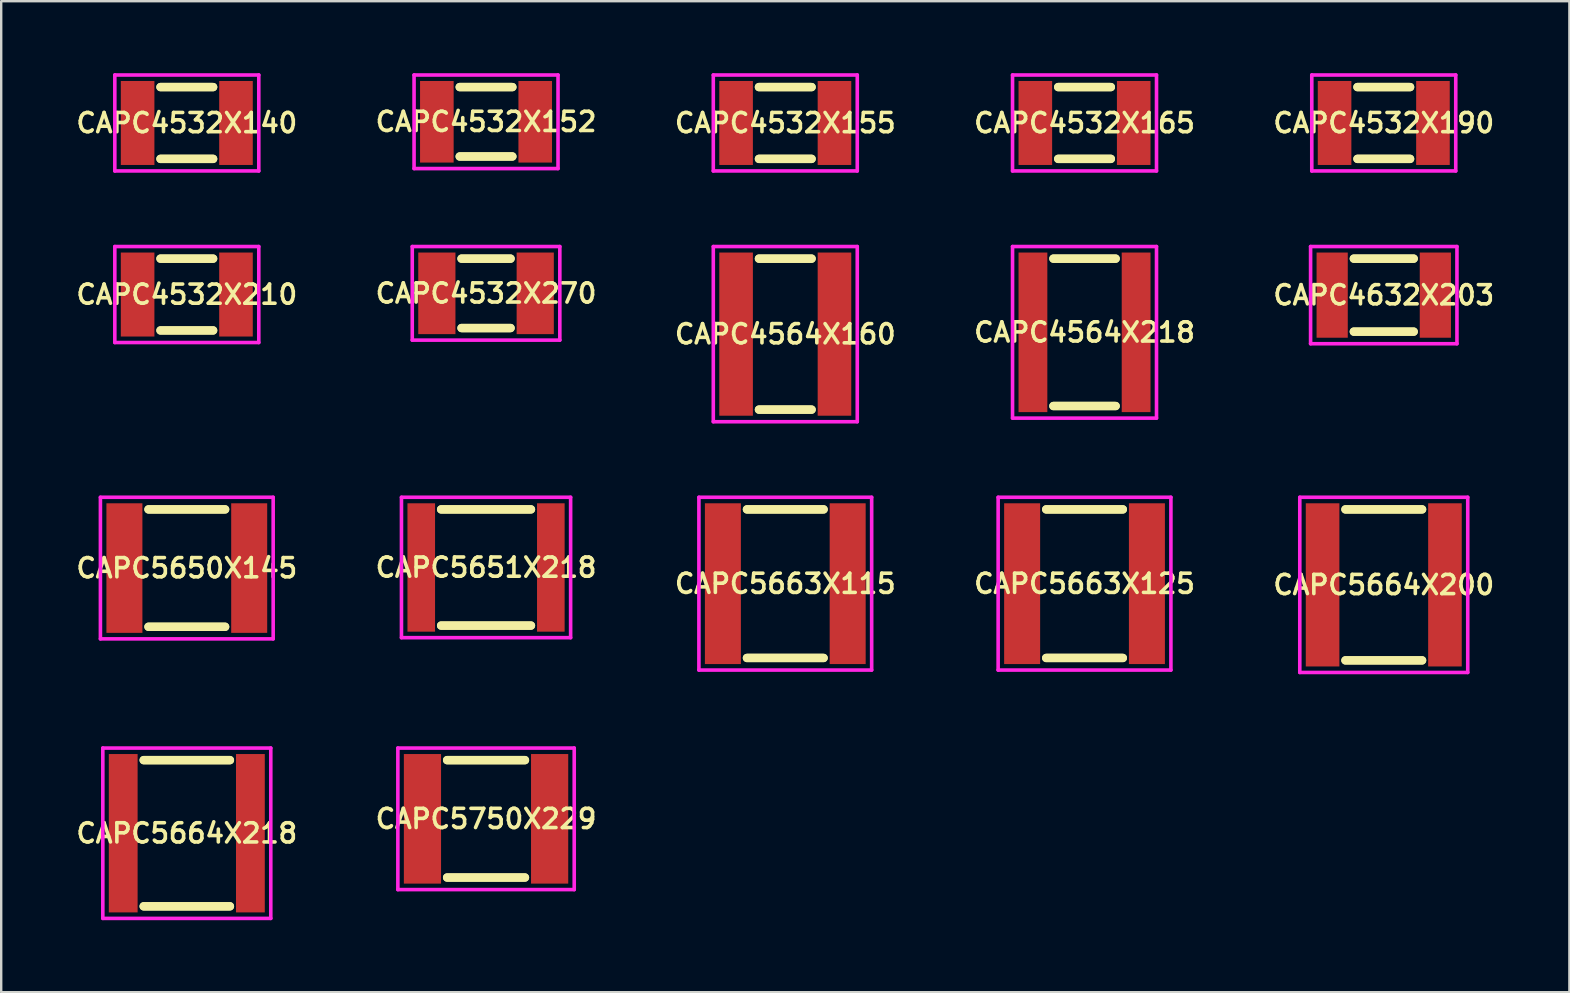
<source format=kicad_pcb>
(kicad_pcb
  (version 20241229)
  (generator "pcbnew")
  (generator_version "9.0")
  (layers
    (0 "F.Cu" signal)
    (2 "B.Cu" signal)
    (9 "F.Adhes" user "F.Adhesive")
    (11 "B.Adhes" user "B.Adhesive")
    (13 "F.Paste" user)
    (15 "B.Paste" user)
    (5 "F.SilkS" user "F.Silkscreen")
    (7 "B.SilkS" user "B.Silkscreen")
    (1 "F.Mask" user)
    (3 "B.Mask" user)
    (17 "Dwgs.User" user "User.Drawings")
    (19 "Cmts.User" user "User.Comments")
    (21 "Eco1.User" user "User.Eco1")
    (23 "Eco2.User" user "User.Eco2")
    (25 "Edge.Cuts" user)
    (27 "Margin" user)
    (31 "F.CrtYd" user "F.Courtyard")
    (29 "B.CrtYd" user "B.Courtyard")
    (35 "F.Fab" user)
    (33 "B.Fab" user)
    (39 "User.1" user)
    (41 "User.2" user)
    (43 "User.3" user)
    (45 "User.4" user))
  (footprint "CAPC4532X152"
    (layer "F.Cu")
    (at 17.206 2.025)
    (property "Reference" "CAPC4532X152" (at 0 0 0) (layer "F.SilkS") (effects (font (size 0.8 0.8) (thickness 0.15))))
    (attr smd)
    (fp_line (start -1.096 -1.446) (end 1.096 -1.446) (stroke (width 0.35) (type solid)) (layer "F.SilkS"))
    (fp_line (start -1.096 1.446) (end 1.096 1.446) (stroke (width 0.35) (type solid)) (layer "F.SilkS"))
    (fp_line (start 1.096 -1.446) (end -1.096 -1.446) (stroke (width 0.35) (type solid)) (layer "F.SilkS"))
    (fp_line (start 1.096 1.446) (end -1.096 1.446) (stroke (width 0.35) (type solid)) (layer "F.SilkS"))
    (fp_line (start -3 -1.95) (end 3 -1.95) (stroke (width 0.15) (type solid)) (layer "F.CrtYd"))
    (fp_line (start -3 1.95) (end -3 -1.95) (stroke (width 0.15) (type solid)) (layer "F.CrtYd"))
    (fp_line (start 3 -1.95) (end 3 1.95) (stroke (width 0.15) (type solid)) (layer "F.CrtYd"))
    (fp_line (start 3 1.95) (end -3 1.95) (stroke (width 0.15) (type solid)) (layer "F.CrtYd"))
    (pad "1" smd rect (at -2.05 0) (size 1.4 3.4) (layers "F.Cu" "F.Mask" "F.Paste"))
    (pad "2" smd rect (at 2.05 0) (size 1.4 3.4) (layers "F.Cu" "F.Mask" "F.Paste")))
  (footprint "CAPC5750X229"
    (layer "F.Cu")
    (at 17.206 31.075)
    (property "Reference" "CAPC5750X229" (at 0 0 0) (layer "F.SilkS") (effects (font (size 0.8 0.8) (thickness 0.15))))
    (attr smd)
    (fp_line (start -1.621 -2.446) (end 1.621 -2.446) (stroke (width 0.35) (type solid)) (layer "F.SilkS"))
    (fp_line (start -1.621 2.446) (end 1.621 2.446) (stroke (width 0.35) (type solid)) (layer "F.SilkS"))
    (fp_line (start 1.621 -2.446) (end -1.621 -2.446) (stroke (width 0.35) (type solid)) (layer "F.SilkS"))
    (fp_line (start 1.621 2.446) (end -1.621 2.446) (stroke (width 0.35) (type solid)) (layer "F.SilkS"))
    (fp_line (start -3.675 -2.95) (end 3.675 -2.95) (stroke (width 0.15) (type solid)) (layer "F.CrtYd"))
    (fp_line (start -3.675 2.95) (end -3.675 -2.95) (stroke (width 0.15) (type solid)) (layer "F.CrtYd"))
    (fp_line (start 3.675 -2.95) (end 3.675 2.95) (stroke (width 0.15) (type solid)) (layer "F.CrtYd"))
    (fp_line (start 3.675 2.95) (end -3.675 2.95) (stroke (width 0.15) (type solid)) (layer "F.CrtYd"))
    (pad "1" smd rect (at -2.65 0) (size 1.55 5.4) (layers "F.Cu" "F.Mask" "F.Paste"))
    (pad "2" smd rect (at 2.65 0) (size 1.55 5.4) (layers "F.Cu" "F.Mask" "F.Paste")))
  (footprint "CAPC5663X115"
    (layer "F.Cu")
    (at 29.677 21.275)
    (property "Reference" "CAPC5663X115" (at 0 0 0) (layer "F.SilkS") (effects (font (size 0.8 0.8) (thickness 0.15))))
    (attr smd)
    (fp_line (start -1.596 -3.096) (end 1.596 -3.096) (stroke (width 0.35) (type solid)) (layer "F.SilkS"))
    (fp_line (start -1.596 3.096) (end 1.596 3.096) (stroke (width 0.35) (type solid)) (layer "F.SilkS"))
    (fp_line (start 1.596 -3.096) (end -1.596 -3.096) (stroke (width 0.35) (type solid)) (layer "F.SilkS"))
    (fp_line (start 1.596 3.096) (end -1.596 3.096) (stroke (width 0.35) (type solid)) (layer "F.SilkS"))
    (fp_line (start -3.6 -3.6) (end 3.6 -3.6) (stroke (width 0.15) (type solid)) (layer "F.CrtYd"))
    (fp_line (start -3.6 3.6) (end -3.6 -3.6) (stroke (width 0.15) (type solid)) (layer "F.CrtYd"))
    (fp_line (start 3.6 -3.6) (end 3.6 3.6) (stroke (width 0.15) (type solid)) (layer "F.CrtYd"))
    (fp_line (start 3.6 3.6) (end -3.6 3.6) (stroke (width 0.15) (type solid)) (layer "F.CrtYd"))
    (pad "1" smd rect (at -2.6 0) (size 1.5 6.7) (layers "F.Cu" "F.Mask" "F.Paste"))
    (pad "2" smd rect (at 2.6 0) (size 1.5 6.7) (layers "F.Cu" "F.Mask" "F.Paste")))
  (footprint "CAPC4632X203"
    (layer "F.Cu")
    (at 54.619 9.25)
    (property "Reference" "CAPC4632X203" (at 0 0 0) (layer "F.SilkS") (effects (font (size 0.8 0.8) (thickness 0.15))))
    (attr smd)
    (fp_line (start -1.246 -1.521) (end 1.246 -1.521) (stroke (width 0.35) (type solid)) (layer "F.SilkS"))
    (fp_line (start -1.246 1.521) (end 1.246 1.521) (stroke (width 0.35) (type solid)) (layer "F.SilkS"))
    (fp_line (start 1.246 -1.521) (end -1.246 -1.521) (stroke (width 0.35) (type solid)) (layer "F.SilkS"))
    (fp_line (start 1.246 1.521) (end -1.246 1.521) (stroke (width 0.35) (type solid)) (layer "F.SilkS"))
    (fp_line (start -3.05 -2.025) (end 3.05 -2.025) (stroke (width 0.15) (type solid)) (layer "F.CrtYd"))
    (fp_line (start -3.05 2.025) (end -3.05 -2.025) (stroke (width 0.15) (type solid)) (layer "F.CrtYd"))
    (fp_line (start 3.05 -2.025) (end 3.05 2.025) (stroke (width 0.15) (type solid)) (layer "F.CrtYd"))
    (fp_line (start 3.05 2.025) (end -3.05 2.025) (stroke (width 0.15) (type solid)) (layer "F.CrtYd"))
    (pad "1" smd rect (at -2.15 0) (size 1.3 3.55) (layers "F.Cu" "F.Mask" "F.Paste"))
    (pad "2" smd rect (at 2.15 0) (size 1.3 3.55) (layers "F.Cu" "F.Mask" "F.Paste")))
  (footprint "CAPC5651X218"
    (layer "F.Cu")
    (at 17.206 20.6)
    (property "Reference" "CAPC5651X218" (at 0 0 0) (layer "F.SilkS") (effects (font (size 0.8 0.8) (thickness 0.15))))
    (attr smd)
    (fp_line (start -1.871 -2.421) (end 1.871 -2.421) (stroke (width 0.35) (type solid)) (layer "F.SilkS"))
    (fp_line (start -1.871 2.421) (end 1.871 2.421) (stroke (width 0.35) (type solid)) (layer "F.SilkS"))
    (fp_line (start 1.871 -2.421) (end -1.871 -2.421) (stroke (width 0.35) (type solid)) (layer "F.SilkS"))
    (fp_line (start 1.871 2.421) (end -1.871 2.421) (stroke (width 0.35) (type solid)) (layer "F.SilkS"))
    (fp_line (start -3.525 -2.925) (end 3.525 -2.925) (stroke (width 0.15) (type solid)) (layer "F.CrtYd"))
    (fp_line (start -3.525 2.925) (end -3.525 -2.925) (stroke (width 0.15) (type solid)) (layer "F.CrtYd"))
    (fp_line (start 3.525 -2.925) (end 3.525 2.925) (stroke (width 0.15) (type solid)) (layer "F.CrtYd"))
    (fp_line (start 3.525 2.925) (end -3.525 2.925) (stroke (width 0.15) (type solid)) (layer "F.CrtYd"))
    (pad "1" smd rect (at -2.7 0) (size 1.15 5.35) (layers "F.Cu" "F.Mask" "F.Paste"))
    (pad "2" smd rect (at 2.7 0) (size 1.15 5.35) (layers "F.Cu" "F.Mask" "F.Paste")))
  (footprint "CAPC4532X155"
    (layer "F.Cu")
    (at 29.677 2.075)
    (property "Reference" "CAPC4532X155" (at 0 0 0) (layer "F.SilkS") (effects (font (size 0.8 0.8) (thickness 0.15))))
    (attr smd)
    (fp_line (start -1.096 -1.496) (end 1.096 -1.496) (stroke (width 0.35) (type solid)) (layer "F.SilkS"))
    (fp_line (start -1.096 1.496) (end 1.096 1.496) (stroke (width 0.35) (type solid)) (layer "F.SilkS"))
    (fp_line (start 1.096 -1.496) (end -1.096 -1.496) (stroke (width 0.35) (type solid)) (layer "F.SilkS"))
    (fp_line (start 1.096 1.496) (end -1.096 1.496) (stroke (width 0.35) (type solid)) (layer "F.SilkS"))
    (fp_line (start -3 -2) (end 3 -2) (stroke (width 0.15) (type solid)) (layer "F.CrtYd"))
    (fp_line (start -3 2) (end -3 -2) (stroke (width 0.15) (type solid)) (layer "F.CrtYd"))
    (fp_line (start 3 -2) (end 3 2) (stroke (width 0.15) (type solid)) (layer "F.CrtYd"))
    (fp_line (start 3 2) (end -3 2) (stroke (width 0.15) (type solid)) (layer "F.CrtYd"))
    (pad "1" smd rect (at -2.05 0) (size 1.4 3.5) (layers "F.Cu" "F.Mask" "F.Paste"))
    (pad "2" smd rect (at 2.05 0) (size 1.4 3.5) (layers "F.Cu" "F.Mask" "F.Paste")))
  (footprint "CAPC5663X125"
    (layer "F.Cu")
    (at 42.148 21.275)
    (property "Reference" "CAPC5663X125" (at 0 0 0) (layer "F.SilkS") (effects (font (size 0.8 0.8) (thickness 0.15))))
    (attr smd)
    (fp_line (start -1.596 -3.096) (end 1.596 -3.096) (stroke (width 0.35) (type solid)) (layer "F.SilkS"))
    (fp_line (start -1.596 3.096) (end 1.596 3.096) (stroke (width 0.35) (type solid)) (layer "F.SilkS"))
    (fp_line (start 1.596 -3.096) (end -1.596 -3.096) (stroke (width 0.35) (type solid)) (layer "F.SilkS"))
    (fp_line (start 1.596 3.096) (end -1.596 3.096) (stroke (width 0.35) (type solid)) (layer "F.SilkS"))
    (fp_line (start -3.6 -3.6) (end 3.6 -3.6) (stroke (width 0.15) (type solid)) (layer "F.CrtYd"))
    (fp_line (start -3.6 3.6) (end -3.6 -3.6) (stroke (width 0.15) (type solid)) (layer "F.CrtYd"))
    (fp_line (start 3.6 -3.6) (end 3.6 3.6) (stroke (width 0.15) (type solid)) (layer "F.CrtYd"))
    (fp_line (start 3.6 3.6) (end -3.6 3.6) (stroke (width 0.15) (type solid)) (layer "F.CrtYd"))
    (pad "1" smd rect (at -2.6 0) (size 1.5 6.7) (layers "F.Cu" "F.Mask" "F.Paste"))
    (pad "2" smd rect (at 2.6 0) (size 1.5 6.7) (layers "F.Cu" "F.Mask" "F.Paste")))
  (footprint "CAPC4564X160"
    (layer "F.Cu")
    (at 29.677 10.875)
    (property "Reference" "CAPC4564X160" (at 0 0 0) (layer "F.SilkS") (effects (font (size 0.8 0.8) (thickness 0.15))))
    (attr smd)
    (fp_line (start -1.096 -3.146) (end 1.096 -3.146) (stroke (width 0.35) (type solid)) (layer "F.SilkS"))
    (fp_line (start -1.096 3.146) (end 1.096 3.146) (stroke (width 0.35) (type solid)) (layer "F.SilkS"))
    (fp_line (start 1.096 -3.146) (end -1.096 -3.146) (stroke (width 0.35) (type solid)) (layer "F.SilkS"))
    (fp_line (start 1.096 3.146) (end -1.096 3.146) (stroke (width 0.35) (type solid)) (layer "F.SilkS"))
    (fp_line (start -3 -3.65) (end 3 -3.65) (stroke (width 0.15) (type solid)) (layer "F.CrtYd"))
    (fp_line (start -3 3.65) (end -3 -3.65) (stroke (width 0.15) (type solid)) (layer "F.CrtYd"))
    (fp_line (start 3 -3.65) (end 3 3.65) (stroke (width 0.15) (type solid)) (layer "F.CrtYd"))
    (fp_line (start 3 3.65) (end -3 3.65) (stroke (width 0.15) (type solid)) (layer "F.CrtYd"))
    (pad "1" smd rect (at -2.05 0) (size 1.4 6.8) (layers "F.Cu" "F.Mask" "F.Paste"))
    (pad "2" smd rect (at 2.05 0) (size 1.4 6.8) (layers "F.Cu" "F.Mask" "F.Paste")))
  (footprint "CAPC4532X165"
    (layer "F.Cu")
    (at 42.148 2.075)
    (property "Reference" "CAPC4532X165" (at 0 0 0) (layer "F.SilkS") (effects (font (size 0.8 0.8) (thickness 0.15))))
    (attr smd)
    (fp_line (start -1.096 -1.496) (end 1.096 -1.496) (stroke (width 0.35) (type solid)) (layer "F.SilkS"))
    (fp_line (start -1.096 1.496) (end 1.096 1.496) (stroke (width 0.35) (type solid)) (layer "F.SilkS"))
    (fp_line (start 1.096 -1.496) (end -1.096 -1.496) (stroke (width 0.35) (type solid)) (layer "F.SilkS"))
    (fp_line (start 1.096 1.496) (end -1.096 1.496) (stroke (width 0.35) (type solid)) (layer "F.SilkS"))
    (fp_line (start -3 -2) (end 3 -2) (stroke (width 0.15) (type solid)) (layer "F.CrtYd"))
    (fp_line (start -3 2) (end -3 -2) (stroke (width 0.15) (type solid)) (layer "F.CrtYd"))
    (fp_line (start 3 -2) (end 3 2) (stroke (width 0.15) (type solid)) (layer "F.CrtYd"))
    (fp_line (start 3 2) (end -3 2) (stroke (width 0.15) (type solid)) (layer "F.CrtYd"))
    (pad "1" smd rect (at -2.05 0) (size 1.4 3.5) (layers "F.Cu" "F.Mask" "F.Paste"))
    (pad "2" smd rect (at 2.05 0) (size 1.4 3.5) (layers "F.Cu" "F.Mask" "F.Paste")))
  (footprint "CAPC4532X270"
    (layer "F.Cu")
    (at 17.206 9.175)
    (property "Reference" "CAPC4532X270" (at 0 0 0) (layer "F.SilkS") (effects (font (size 0.8 0.8) (thickness 0.15))))
    (attr smd)
    (fp_line (start -1.021 -1.446) (end 1.021 -1.446) (stroke (width 0.35) (type solid)) (layer "F.SilkS"))
    (fp_line (start -1.021 1.446) (end 1.021 1.446) (stroke (width 0.35) (type solid)) (layer "F.SilkS"))
    (fp_line (start 1.021 -1.446) (end -1.021 -1.446) (stroke (width 0.35) (type solid)) (layer "F.SilkS"))
    (fp_line (start 1.021 1.446) (end -1.021 1.446) (stroke (width 0.35) (type solid)) (layer "F.SilkS"))
    (fp_line (start -3.075 -1.95) (end 3.075 -1.95) (stroke (width 0.15) (type solid)) (layer "F.CrtYd"))
    (fp_line (start -3.075 1.95) (end -3.075 -1.95) (stroke (width 0.15) (type solid)) (layer "F.CrtYd"))
    (fp_line (start 3.075 -1.95) (end 3.075 1.95) (stroke (width 0.15) (type solid)) (layer "F.CrtYd"))
    (fp_line (start 3.075 1.95) (end -3.075 1.95) (stroke (width 0.15) (type solid)) (layer "F.CrtYd"))
    (pad "1" smd rect (at -2.05 0) (size 1.55 3.4) (layers "F.Cu" "F.Mask" "F.Paste"))
    (pad "2" smd rect (at 2.05 0) (size 1.55 3.4) (layers "F.Cu" "F.Mask" "F.Paste")))
  (footprint "CAPC5664X200"
    (layer "F.Cu")
    (at 54.619 21.325)
    (property "Reference" "CAPC5664X200" (at 0 0 0) (layer "F.SilkS") (effects (font (size 0.8 0.8) (thickness 0.15))))
    (attr smd)
    (fp_line (start -1.596 -3.146) (end 1.596 -3.146) (stroke (width 0.35) (type solid)) (layer "F.SilkS"))
    (fp_line (start -1.596 3.146) (end 1.596 3.146) (stroke (width 0.35) (type solid)) (layer "F.SilkS"))
    (fp_line (start 1.596 -3.146) (end -1.596 -3.146) (stroke (width 0.35) (type solid)) (layer "F.SilkS"))
    (fp_line (start 1.596 3.146) (end -1.596 3.146) (stroke (width 0.35) (type solid)) (layer "F.SilkS"))
    (fp_line (start -3.5 -3.65) (end 3.5 -3.65) (stroke (width 0.15) (type solid)) (layer "F.CrtYd"))
    (fp_line (start -3.5 3.65) (end -3.5 -3.65) (stroke (width 0.15) (type solid)) (layer "F.CrtYd"))
    (fp_line (start 3.5 -3.65) (end 3.5 3.65) (stroke (width 0.15) (type solid)) (layer "F.CrtYd"))
    (fp_line (start 3.5 3.65) (end -3.5 3.65) (stroke (width 0.15) (type solid)) (layer "F.CrtYd"))
    (pad "1" smd rect (at -2.55 0) (size 1.4 6.8) (layers "F.Cu" "F.Mask" "F.Paste"))
    (pad "2" smd rect (at 2.55 0) (size 1.4 6.8) (layers "F.Cu" "F.Mask" "F.Paste")))
  (footprint "CAPC4532X140"
    (layer "F.Cu")
    (at 4.735 2.075)
    (property "Reference" "CAPC4532X140" (at 0 0 0) (layer "F.SilkS") (effects (font (size 0.8 0.8) (thickness 0.15))))
    (attr smd)
    (fp_line (start -1.096 -1.496) (end 1.096 -1.496) (stroke (width 0.35) (type solid)) (layer "F.SilkS"))
    (fp_line (start -1.096 1.496) (end 1.096 1.496) (stroke (width 0.35) (type solid)) (layer "F.SilkS"))
    (fp_line (start 1.096 -1.496) (end -1.096 -1.496) (stroke (width 0.35) (type solid)) (layer "F.SilkS"))
    (fp_line (start 1.096 1.496) (end -1.096 1.496) (stroke (width 0.35) (type solid)) (layer "F.SilkS"))
    (fp_line (start -3 -2) (end 3 -2) (stroke (width 0.15) (type solid)) (layer "F.CrtYd"))
    (fp_line (start -3 2) (end -3 -2) (stroke (width 0.15) (type solid)) (layer "F.CrtYd"))
    (fp_line (start 3 -2) (end 3 2) (stroke (width 0.15) (type solid)) (layer "F.CrtYd"))
    (fp_line (start 3 2) (end -3 2) (stroke (width 0.15) (type solid)) (layer "F.CrtYd"))
    (pad "1" smd rect (at -2.05 0) (size 1.4 3.5) (layers "F.Cu" "F.Mask" "F.Paste"))
    (pad "2" smd rect (at 2.05 0) (size 1.4 3.5) (layers "F.Cu" "F.Mask" "F.Paste")))
  (footprint "CAPC4564X218"
    (layer "F.Cu")
    (at 42.148 10.8)
    (property "Reference" "CAPC4564X218" (at 0 0 0) (layer "F.SilkS") (effects (font (size 0.8 0.8) (thickness 0.15))))
    (attr smd)
    (fp_line (start -1.296 -3.071) (end 1.296 -3.071) (stroke (width 0.35) (type solid)) (layer "F.SilkS"))
    (fp_line (start -1.296 3.071) (end 1.296 3.071) (stroke (width 0.35) (type solid)) (layer "F.SilkS"))
    (fp_line (start 1.296 -3.071) (end -1.296 -3.071) (stroke (width 0.35) (type solid)) (layer "F.SilkS"))
    (fp_line (start 1.296 3.071) (end -1.296 3.071) (stroke (width 0.35) (type solid)) (layer "F.SilkS"))
    (fp_line (start -3 -3.575) (end 3 -3.575) (stroke (width 0.15) (type solid)) (layer "F.CrtYd"))
    (fp_line (start -3 3.575) (end -3 -3.575) (stroke (width 0.15) (type solid)) (layer "F.CrtYd"))
    (fp_line (start 3 -3.575) (end 3 3.575) (stroke (width 0.15) (type solid)) (layer "F.CrtYd"))
    (fp_line (start 3 3.575) (end -3 3.575) (stroke (width 0.15) (type solid)) (layer "F.CrtYd"))
    (pad "1" smd rect (at -2.15 0) (size 1.2 6.65) (layers "F.Cu" "F.Mask" "F.Paste"))
    (pad "2" smd rect (at 2.15 0) (size 1.2 6.65) (layers "F.Cu" "F.Mask" "F.Paste")))
  (footprint "CAPC5664X218"
    (layer "F.Cu")
    (at 4.735 31.675)
    (property "Reference" "CAPC5664X218" (at 0 0 0) (layer "F.SilkS") (effects (font (size 0.8 0.8) (thickness 0.15))))
    (attr smd)
    (fp_line (start -1.796 -3.046) (end 1.796 -3.046) (stroke (width 0.35) (type solid)) (layer "F.SilkS"))
    (fp_line (start -1.796 3.046) (end 1.796 3.046) (stroke (width 0.35) (type solid)) (layer "F.SilkS"))
    (fp_line (start 1.796 -3.046) (end -1.796 -3.046) (stroke (width 0.35) (type solid)) (layer "F.SilkS"))
    (fp_line (start 1.796 3.046) (end -1.796 3.046) (stroke (width 0.35) (type solid)) (layer "F.SilkS"))
    (fp_line (start -3.5 -3.55) (end 3.5 -3.55) (stroke (width 0.15) (type solid)) (layer "F.CrtYd"))
    (fp_line (start -3.5 3.55) (end -3.5 -3.55) (stroke (width 0.15) (type solid)) (layer "F.CrtYd"))
    (fp_line (start 3.5 -3.55) (end 3.5 3.55) (stroke (width 0.15) (type solid)) (layer "F.CrtYd"))
    (fp_line (start 3.5 3.55) (end -3.5 3.55) (stroke (width 0.15) (type solid)) (layer "F.CrtYd"))
    (pad "1" smd rect (at -2.65 0) (size 1.2 6.6) (layers "F.Cu" "F.Mask" "F.Paste"))
    (pad "2" smd rect (at 2.65 0) (size 1.2 6.6) (layers "F.Cu" "F.Mask" "F.Paste")))
  (footprint "CAPC5650X145"
    (layer "F.Cu")
    (at 4.735 20.625)
    (property "Reference" "CAPC5650X145" (at 0 0 0) (layer "F.SilkS") (effects (font (size 0.8 0.8) (thickness 0.15))))
    (attr smd)
    (fp_line (start -1.596 -2.446) (end 1.596 -2.446) (stroke (width 0.35) (type solid)) (layer "F.SilkS"))
    (fp_line (start -1.596 2.446) (end 1.596 2.446) (stroke (width 0.35) (type solid)) (layer "F.SilkS"))
    (fp_line (start 1.596 -2.446) (end -1.596 -2.446) (stroke (width 0.35) (type solid)) (layer "F.SilkS"))
    (fp_line (start 1.596 2.446) (end -1.596 2.446) (stroke (width 0.35) (type solid)) (layer "F.SilkS"))
    (fp_line (start -3.6 -2.95) (end 3.6 -2.95) (stroke (width 0.15) (type solid)) (layer "F.CrtYd"))
    (fp_line (start -3.6 2.95) (end -3.6 -2.95) (stroke (width 0.15) (type solid)) (layer "F.CrtYd"))
    (fp_line (start 3.6 -2.95) (end 3.6 2.95) (stroke (width 0.15) (type solid)) (layer "F.CrtYd"))
    (fp_line (start 3.6 2.95) (end -3.6 2.95) (stroke (width 0.15) (type solid)) (layer "F.CrtYd"))
    (pad "1" smd rect (at -2.6 0) (size 1.5 5.4) (layers "F.Cu" "F.Mask" "F.Paste"))
    (pad "2" smd rect (at 2.6 0) (size 1.5 5.4) (layers "F.Cu" "F.Mask" "F.Paste")))
  (footprint "CAPC4532X190"
    (layer "F.Cu")
    (at 54.619 2.075)
    (property "Reference" "CAPC4532X190" (at 0 0 0) (layer "F.SilkS") (effects (font (size 0.8 0.8) (thickness 0.15))))
    (attr smd)
    (fp_line (start -1.096 -1.496) (end 1.096 -1.496) (stroke (width 0.35) (type solid)) (layer "F.SilkS"))
    (fp_line (start -1.096 1.496) (end 1.096 1.496) (stroke (width 0.35) (type solid)) (layer "F.SilkS"))
    (fp_line (start 1.096 -1.496) (end -1.096 -1.496) (stroke (width 0.35) (type solid)) (layer "F.SilkS"))
    (fp_line (start 1.096 1.496) (end -1.096 1.496) (stroke (width 0.35) (type solid)) (layer "F.SilkS"))
    (fp_line (start -3 -2) (end 3 -2) (stroke (width 0.15) (type solid)) (layer "F.CrtYd"))
    (fp_line (start -3 2) (end -3 -2) (stroke (width 0.15) (type solid)) (layer "F.CrtYd"))
    (fp_line (start 3 -2) (end 3 2) (stroke (width 0.15) (type solid)) (layer "F.CrtYd"))
    (fp_line (start 3 2) (end -3 2) (stroke (width 0.15) (type solid)) (layer "F.CrtYd"))
    (pad "1" smd rect (at -2.05 0) (size 1.4 3.5) (layers "F.Cu" "F.Mask" "F.Paste"))
    (pad "2" smd rect (at 2.05 0) (size 1.4 3.5) (layers "F.Cu" "F.Mask" "F.Paste")))
  (footprint "CAPC4532X210"
    (layer "F.Cu")
    (at 4.735 9.225)
    (property "Reference" "CAPC4532X210" (at 0 0 0) (layer "F.SilkS") (effects (font (size 0.8 0.8) (thickness 0.15))))
    (attr smd)
    (fp_line (start -1.096 -1.496) (end 1.096 -1.496) (stroke (width 0.35) (type solid)) (layer "F.SilkS"))
    (fp_line (start -1.096 1.496) (end 1.096 1.496) (stroke (width 0.35) (type solid)) (layer "F.SilkS"))
    (fp_line (start 1.096 -1.496) (end -1.096 -1.496) (stroke (width 0.35) (type solid)) (layer "F.SilkS"))
    (fp_line (start 1.096 1.496) (end -1.096 1.496) (stroke (width 0.35) (type solid)) (layer "F.SilkS"))
    (fp_line (start -3 -2) (end 3 -2) (stroke (width 0.15) (type solid)) (layer "F.CrtYd"))
    (fp_line (start -3 2) (end -3 -2) (stroke (width 0.15) (type solid)) (layer "F.CrtYd"))
    (fp_line (start 3 -2) (end 3 2) (stroke (width 0.15) (type solid)) (layer "F.CrtYd"))
    (fp_line (start 3 2) (end -3 2) (stroke (width 0.15) (type solid)) (layer "F.CrtYd"))
    (pad "1" smd rect (at -2.05 0) (size 1.4 3.5) (layers "F.Cu" "F.Mask" "F.Paste"))
    (pad "2" smd rect (at 2.05 0) (size 1.4 3.5) (layers "F.Cu" "F.Mask" "F.Paste")))
  (gr_rect
    (start -3 -3)
    (end 62.355 38.3)
    (stroke (width 0.1) (type default))
    (fill no)
    (layer "Edge.Cuts")))
</source>
